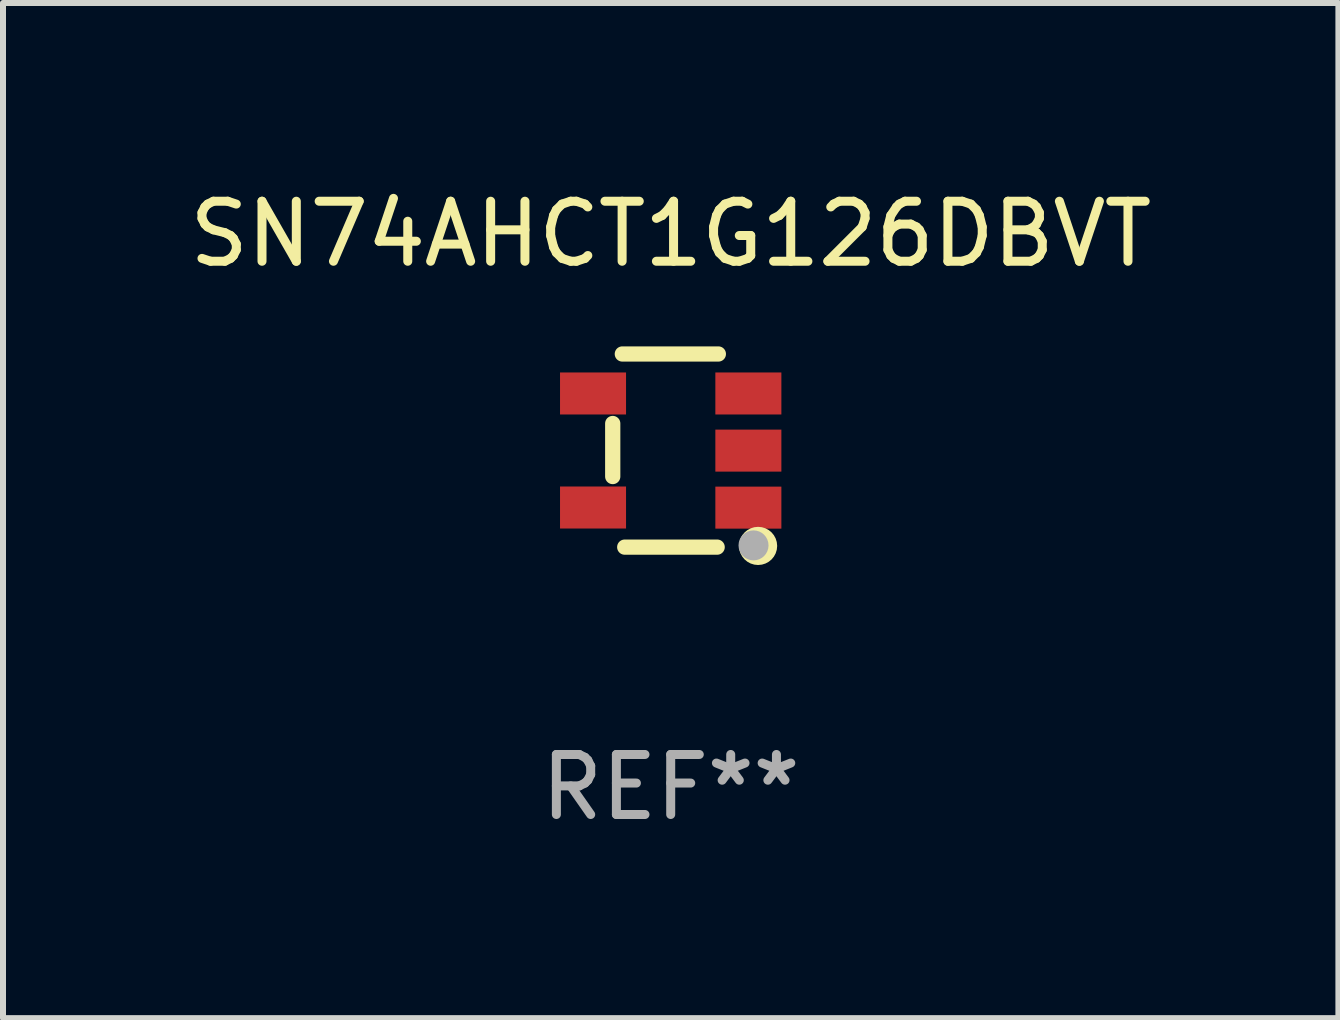
<source format=kicad_pcb>
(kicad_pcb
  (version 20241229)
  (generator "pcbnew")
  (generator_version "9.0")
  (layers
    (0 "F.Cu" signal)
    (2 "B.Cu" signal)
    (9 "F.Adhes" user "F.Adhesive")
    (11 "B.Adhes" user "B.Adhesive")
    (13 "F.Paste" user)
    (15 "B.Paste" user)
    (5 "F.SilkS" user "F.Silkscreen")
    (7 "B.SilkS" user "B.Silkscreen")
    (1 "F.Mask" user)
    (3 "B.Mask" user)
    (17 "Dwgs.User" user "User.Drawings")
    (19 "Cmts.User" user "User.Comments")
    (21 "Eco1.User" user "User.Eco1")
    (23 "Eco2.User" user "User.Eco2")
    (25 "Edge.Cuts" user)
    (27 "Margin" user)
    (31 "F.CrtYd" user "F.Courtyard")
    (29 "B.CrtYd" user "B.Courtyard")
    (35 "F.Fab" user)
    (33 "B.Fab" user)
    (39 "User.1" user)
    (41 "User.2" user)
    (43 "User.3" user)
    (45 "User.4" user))
  (footprint "SN74AHCT1G126DBVT"
    (layer "F.Cu")
    (at 8.125 4.457)
    (property "Reference" "SN74AHCT1G126DBVT" (at 0 -3.609 0) (layer "F.SilkS") (effects (font (size 1 1) (thickness 0.15))))
    (attr through_hole)
    (fp_line (start -0.966 0.433) (end -0.966 -0.451) (stroke (width 0.254) (type solid)) (layer "F.SilkS"))
    (fp_line (start -0.806 -1.609) (end 0.794 -1.609) (stroke (width 0.254) (type solid)) (layer "F.SilkS"))
    (fp_line (start -0.766 1.609) (end 0.774 1.609) (stroke (width 0.254) (type solid)) (layer "F.SilkS"))
    (fp_circle (center 1.4 1.45) (end 1.43 1.45) (stroke (width 0.06) (type solid)) (fill no) (layer "F.SilkS"))
    (fp_circle (center 1.456 1.589) (end 1.52 1.589) (stroke (width 0.254) (type solid)) (fill no) (layer "F.SilkS"))
    (fp_circle (center 1.38 1.58) (end 1.505 1.58) (stroke (width 0.25) (type solid)) (fill no) (layer "F.Fab"))
    (fp_text user "REF**" (at 0 5.609 0) (layer "F.Fab") (effects (font (size 1 1) (thickness 0.15))))
    (pad "1" smd rect (at 1.294 0.951) (size 1.1 0.7) (layers "F.Cu" "F.Mask" "F.Paste"))
    (pad "2" smd rect (at 1.294 0.001) (size 1.1 0.7) (layers "F.Cu" "F.Mask" "F.Paste"))
    (pad "3" smd rect (at 1.294 -0.951) (size 1.1 0.7) (layers "F.Cu" "F.Mask" "F.Paste"))
    (pad "4" smd rect (at -1.294 -0.951 180) (size 1.1 0.7) (layers "F.Cu" "F.Mask" "F.Paste"))
    (pad "5" smd rect (at -1.294 0.949 180) (size 1.1 0.7) (layers "F.Cu" "F.Mask" "F.Paste")))
  (gr_rect
    (start -3 -3)
    (end 19.25 13.914)
    (stroke (width 0.1) (type default))
    (fill no)
    (layer "Edge.Cuts")))
</source>
